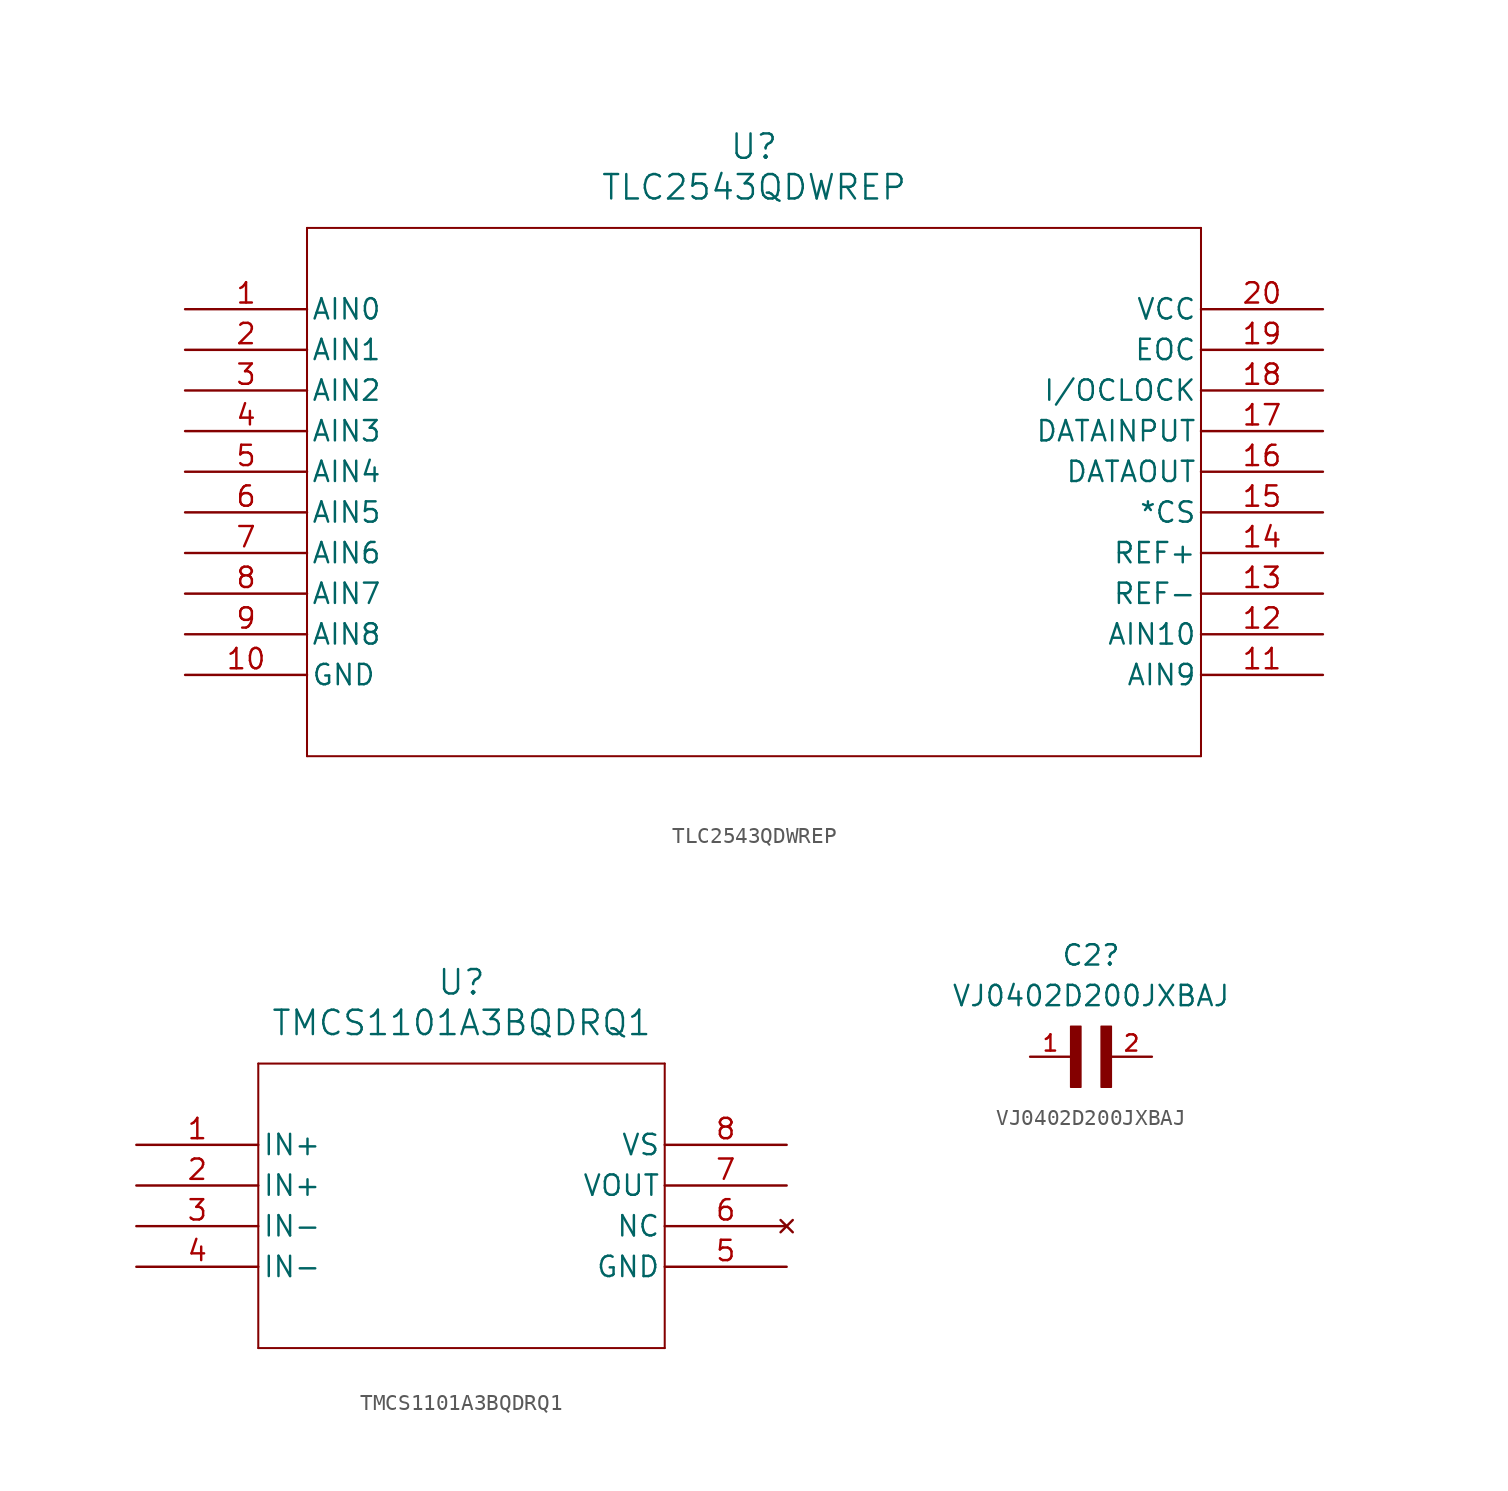
<source format=kicad_sym>
(kicad_symbol_lib
  (version 20231120)
  (generator "kicad_symbol_editor")
  (generator_version "8.0")
  (symbol "TLC2543QDWREP"
    (pin_names
      (offset 0.254))
    (property "Reference" "U"
      (at 35.56 10.16 0)
      (effects (font (size 1.524 1.524))))
    (property "Value" "TLC2543QDWREP"
      (at 35.56 7.62 0)
      (effects (font (size 1.524 1.524))))
    (symbol "TLC2543QDWREP_0_1"
      (polyline (pts (xy 7.62 -27.94) (xy 63.5 -27.94)) (stroke (width 0.127) (type default)) (fill (type none)))
      (polyline (pts (xy 7.62 5.08) (xy 7.62 -27.94)) (stroke (width 0.127) (type default)) (fill (type none)))
      (polyline (pts (xy 63.5 -27.94) (xy 63.5 5.08)) (stroke (width 0.127) (type default)) (fill (type none)))
      (polyline (pts (xy 63.5 5.08) (xy 7.62 5.08)) (stroke (width 0.127) (type default)) (fill (type none)))
      (pin input line (at 0 0 0) (length 7.62) (name "AIN0" (effects (font (size 1.27 1.27)))) (number "1" (effects (font (size 1.27 1.27)))))
      (pin power_in line (at 0 -22.86 0) (length 7.62) (name "GND" (effects (font (size 1.27 1.27)))) (number "10" (effects (font (size 1.27 1.27)))))
      (pin input line (at 71.12 -22.86 180) (length 7.62) (name "AIN9" (effects (font (size 1.27 1.27)))) (number "11" (effects (font (size 1.27 1.27)))))
      (pin input line (at 71.12 -20.32 180) (length 7.62) (name "AIN10" (effects (font (size 1.27 1.27)))) (number "12" (effects (font (size 1.27 1.27)))))
      (pin input line (at 71.12 -17.78 180) (length 7.62) (name "REF-" (effects (font (size 1.27 1.27)))) (number "13" (effects (font (size 1.27 1.27)))))
      (pin input line (at 71.12 -15.24 180) (length 7.62) (name "REF+" (effects (font (size 1.27 1.27)))) (number "14" (effects (font (size 1.27 1.27)))))
      (pin input line (at 71.12 -12.7 180) (length 7.62) (name "*CS" (effects (font (size 1.27 1.27)))) (number "15" (effects (font (size 1.27 1.27)))))
      (pin output line (at 71.12 -10.16 180) (length 7.62) (name "DATAOUT" (effects (font (size 1.27 1.27)))) (number "16" (effects (font (size 1.27 1.27)))))
      (pin input line (at 71.12 -7.62 180) (length 7.62) (name "DATAINPUT" (effects (font (size 1.27 1.27)))) (number "17" (effects (font (size 1.27 1.27)))))
      (pin input line (at 71.12 -5.08 180) (length 7.62) (name "I/OCLOCK" (effects (font (size 1.27 1.27)))) (number "18" (effects (font (size 1.27 1.27)))))
      (pin output line (at 71.12 -2.54 180) (length 7.62) (name "EOC" (effects (font (size 1.27 1.27)))) (number "19" (effects (font (size 1.27 1.27)))))
      (pin input line (at 0 -2.54 0) (length 7.62) (name "AIN1" (effects (font (size 1.27 1.27)))) (number "2" (effects (font (size 1.27 1.27)))))
      (pin power_in line (at 71.12 0 180) (length 7.62) (name "VCC" (effects (font (size 1.27 1.27)))) (number "20" (effects (font (size 1.27 1.27)))))
      (pin input line (at 0 -5.08 0) (length 7.62) (name "AIN2" (effects (font (size 1.27 1.27)))) (number "3" (effects (font (size 1.27 1.27)))))
      (pin input line (at 0 -7.62 0) (length 7.62) (name "AIN3" (effects (font (size 1.27 1.27)))) (number "4" (effects (font (size 1.27 1.27)))))
      (pin input line (at 0 -10.16 0) (length 7.62) (name "AIN4" (effects (font (size 1.27 1.27)))) (number "5" (effects (font (size 1.27 1.27)))))
      (pin input line (at 0 -12.7 0) (length 7.62) (name "AIN5" (effects (font (size 1.27 1.27)))) (number "6" (effects (font (size 1.27 1.27)))))
      (pin input line (at 0 -15.24 0) (length 7.62) (name "AIN6" (effects (font (size 1.27 1.27)))) (number "7" (effects (font (size 1.27 1.27)))))
      (pin input line (at 0 -17.78 0) (length 7.62) (name "AIN7" (effects (font (size 1.27 1.27)))) (number "8" (effects (font (size 1.27 1.27)))))
      (pin input line (at 0 -20.32 0) (length 7.62) (name "AIN8" (effects (font (size 1.27 1.27)))) (number "9" (effects (font (size 1.27 1.27)))))))
  (symbol "TMCS1101A3BQDRQ1"
    (pin_names
      (offset 0.254))
    (property "Reference" "U"
      (at 20.32 10.16 0)
      (effects (font (size 1.524 1.524))))
    (property "Value" "TMCS1101A3BQDRQ1"
      (at 20.32 7.62 0)
      (effects (font (size 1.524 1.524))))
    (symbol "TMCS1101A3BQDRQ1_0_1"
      (polyline (pts (xy 7.62 -12.7) (xy 33.02 -12.7)) (stroke (width 0.127) (type default)) (fill (type none)))
      (polyline (pts (xy 7.62 5.08) (xy 7.62 -12.7)) (stroke (width 0.127) (type default)) (fill (type none)))
      (polyline (pts (xy 33.02 -12.7) (xy 33.02 5.08)) (stroke (width 0.127) (type default)) (fill (type none)))
      (polyline (pts (xy 33.02 5.08) (xy 7.62 5.08)) (stroke (width 0.127) (type default)) (fill (type none)))
      (pin input line (at 0 0 0) (length 7.62) (name "IN+" (effects (font (size 1.27 1.27)))) (number "1" (effects (font (size 1.27 1.27)))))
      (pin input line (at 0 -2.54 0) (length 7.62) (name "IN+" (effects (font (size 1.27 1.27)))) (number "2" (effects (font (size 1.27 1.27)))))
      (pin input line (at 0 -5.08 0) (length 7.62) (name "IN-" (effects (font (size 1.27 1.27)))) (number "3" (effects (font (size 1.27 1.27)))))
      (pin input line (at 0 -7.62 0) (length 7.62) (name "IN-" (effects (font (size 1.27 1.27)))) (number "4" (effects (font (size 1.27 1.27)))))
      (pin power_out line (at 40.64 -7.62 180) (length 7.62) (name "GND" (effects (font (size 1.27 1.27)))) (number "5" (effects (font (size 1.27 1.27)))))
      (pin no_connect line (at 40.64 -5.08 180) (length 7.62) (name "NC" (effects (font (size 1.27 1.27)))) (number "6" (effects (font (size 1.27 1.27)))))
      (pin output line (at 40.64 -2.54 180) (length 7.62) (name "VOUT" (effects (font (size 1.27 1.27)))) (number "7" (effects (font (size 1.27 1.27)))))
      (pin power_in line (at 40.64 0 180) (length 7.62) (name "VS" (effects (font (size 1.27 1.27)))) (number "8" (effects (font (size 1.27 1.27)))))))
  (symbol "VJ0402D200JXBAJ"
    (pin_names
      (offset 1.016))
    (property "Reference" "C2"
      (at 1.27 6.35 0)
      (effects (font (size 1.27 1.27))))
    (property "Value" "VJ0402D200JXBAJ"
      (at 1.27 3.81 0)
      (effects (font (size 1.27 1.27))))
    (symbol "VJ0402D200JXBAJ_0_0"
      (rectangle (start 0 -1.907) (end 0.635 1.905) (stroke (width 0.1) (type default)) (fill (type outline)))
      (rectangle (start 1.907 -1.907) (end 2.54 1.905) (stroke (width 0.1) (type default)) (fill (type outline)))
      (pin passive line (at -2.54 0 0) (length 2.54) (name "~" (effects (font (size 1.016 1.016)))) (number "1" (effects (font (size 1.016 1.016)))))
      (pin passive line (at 5.08 0 180) (length 2.54) (name "~" (effects (font (size 1.016 1.016)))) (number "2" (effects (font (size 1.016 1.016))))))))
</source>
